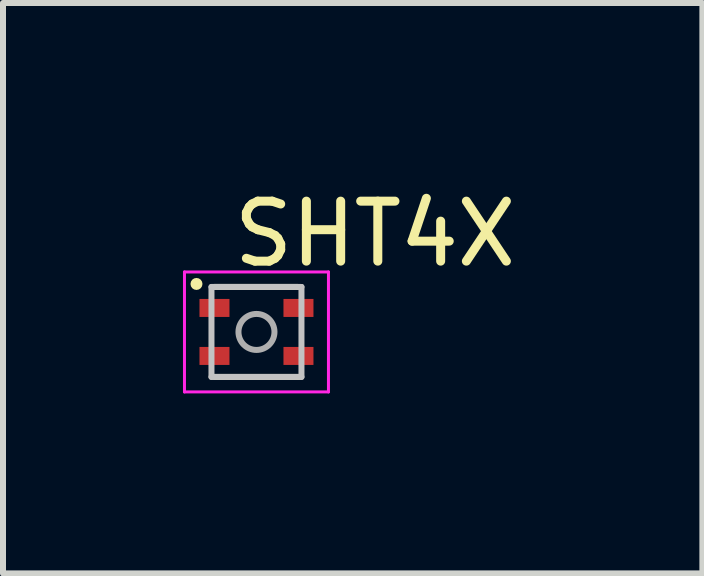
<source format=kicad_pcb>
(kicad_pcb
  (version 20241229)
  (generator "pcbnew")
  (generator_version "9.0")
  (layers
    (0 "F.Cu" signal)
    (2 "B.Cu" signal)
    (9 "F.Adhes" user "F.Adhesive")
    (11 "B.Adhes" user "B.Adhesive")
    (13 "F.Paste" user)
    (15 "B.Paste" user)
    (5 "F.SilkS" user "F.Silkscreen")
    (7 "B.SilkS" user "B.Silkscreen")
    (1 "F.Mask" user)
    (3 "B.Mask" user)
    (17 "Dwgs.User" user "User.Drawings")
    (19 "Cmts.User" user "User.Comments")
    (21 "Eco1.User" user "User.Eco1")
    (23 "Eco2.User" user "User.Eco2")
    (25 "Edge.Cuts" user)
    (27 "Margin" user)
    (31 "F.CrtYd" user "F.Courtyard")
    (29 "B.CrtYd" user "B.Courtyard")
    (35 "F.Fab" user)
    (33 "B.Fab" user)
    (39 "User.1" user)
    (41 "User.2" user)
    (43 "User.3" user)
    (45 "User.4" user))
  (footprint "SHT4X"
    (layer "F.Cu")
    (at 1.225 2.483)
    (property "Reference" "SHT4X" (at 1.975 -1.635 0) (layer "F.SilkS") (effects (font (size 1 1) (thickness 0.15))))
    (attr through_hole)
    (fp_line (start -0.7 -0.75) (end 0.7 -0.75) (stroke (width 0.1) (type solid)) (layer "F.SilkS"))
    (fp_line (start -0.7 0.75) (end 0.7 0.75) (stroke (width 0.1) (type solid)) (layer "F.SilkS"))
    (fp_circle (center -1 -0.8) (end -0.95 -0.8) (stroke (width 0.1) (type solid)) (fill no) (layer "F.SilkS"))
    (fp_line (start -0.75 -0.75) (end -0.75 0.75) (stroke (width 0.1) (type solid)) (layer "Dwgs.User"))
    (fp_line (start -0.75 0.75) (end 0.75 0.75) (stroke (width 0.1) (type solid)) (layer "Dwgs.User"))
    (fp_line (start 0.75 -0.75) (end -0.75 -0.75) (stroke (width 0.1) (type solid)) (layer "Dwgs.User"))
    (fp_line (start 0.75 0.75) (end 0.75 -0.75) (stroke (width 0.1) (type solid)) (layer "Dwgs.User"))
    (fp_line (start -1.2 -1) (end -1.2 1) (stroke (width 0.05) (type solid)) (layer "F.CrtYd"))
    (fp_line (start -1.2 1) (end 1.2 1) (stroke (width 0.05) (type solid)) (layer "F.CrtYd"))
    (fp_line (start 1.2 -1) (end -1.2 -1) (stroke (width 0.05) (type solid)) (layer "F.CrtYd"))
    (fp_line (start 1.2 1) (end 1.2 -1) (stroke (width 0.05) (type solid)) (layer "F.CrtYd"))
    (fp_circle (center 0 0) (end 0.3 0) (stroke (width 0.1) (type solid)) (fill no) (layer "F.Fab"))
    (pad "1" smd rect (at -0.7 -0.4) (size 0.5 0.3) (layers "F.Cu" "F.Mask" "F.Paste"))
    (pad "2" smd rect (at -0.7 0.4) (size 0.5 0.3) (layers "F.Cu" "F.Mask" "F.Paste"))
    (pad "3" smd rect (at 0.7 0.4) (size 0.5 0.3) (layers "F.Cu" "F.Mask" "F.Paste"))
    (pad "4" smd rect (at 0.7 -0.4) (size 0.5 0.3) (layers "F.Cu" "F.Mask" "F.Paste")))
  (gr_rect
    (start -3 -3)
    (end 8.658 6.508)
    (stroke (width 0.1) (type default))
    (fill no)
    (layer "Edge.Cuts")))
</source>
